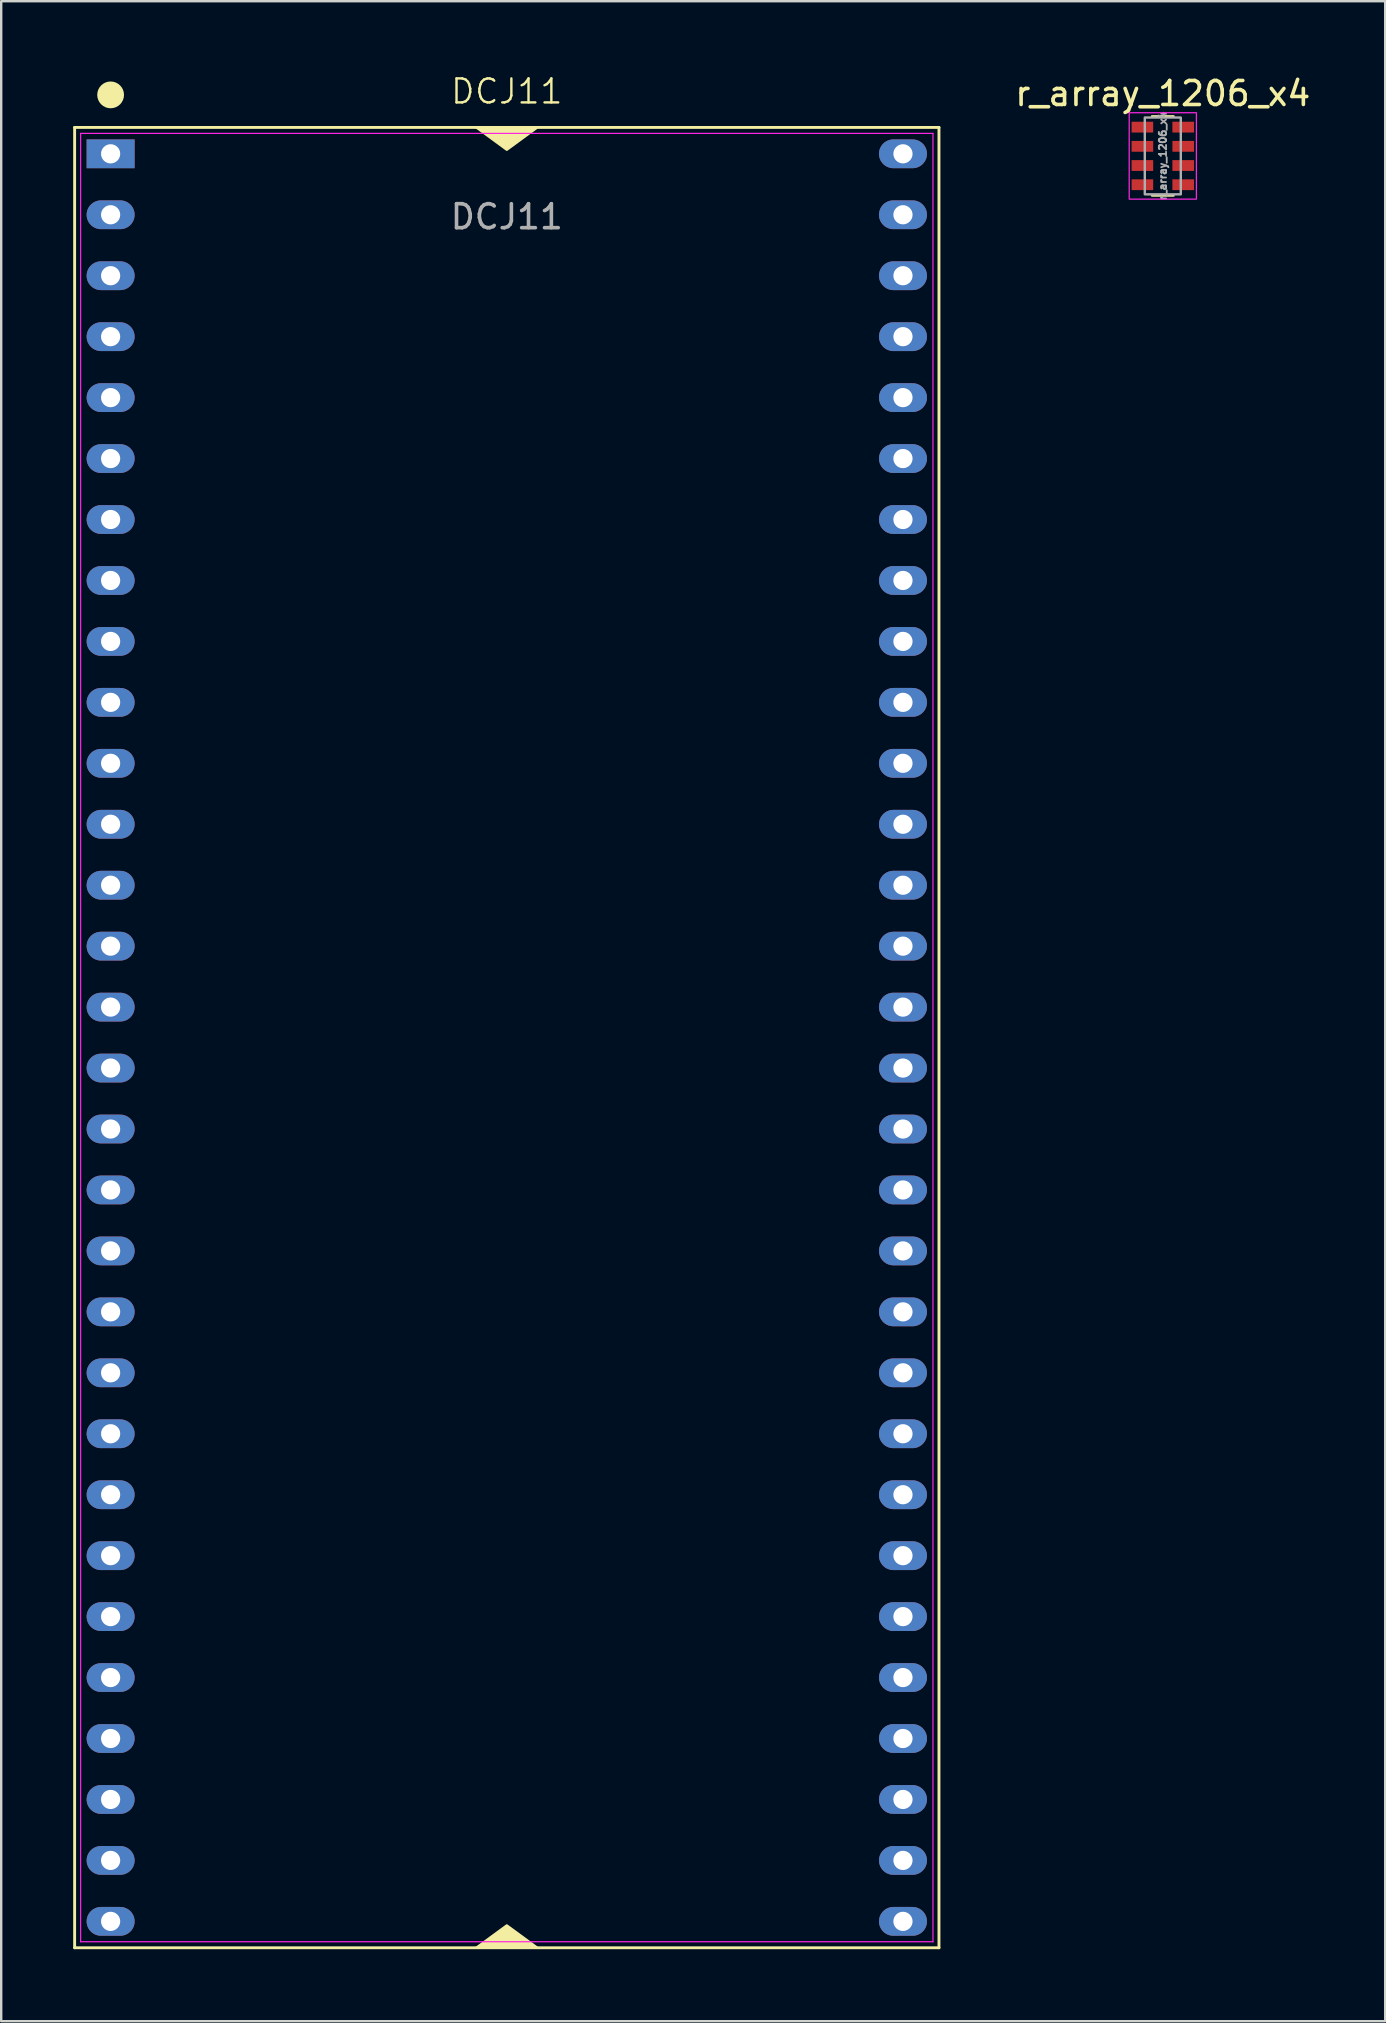
<source format=kicad_pcb>
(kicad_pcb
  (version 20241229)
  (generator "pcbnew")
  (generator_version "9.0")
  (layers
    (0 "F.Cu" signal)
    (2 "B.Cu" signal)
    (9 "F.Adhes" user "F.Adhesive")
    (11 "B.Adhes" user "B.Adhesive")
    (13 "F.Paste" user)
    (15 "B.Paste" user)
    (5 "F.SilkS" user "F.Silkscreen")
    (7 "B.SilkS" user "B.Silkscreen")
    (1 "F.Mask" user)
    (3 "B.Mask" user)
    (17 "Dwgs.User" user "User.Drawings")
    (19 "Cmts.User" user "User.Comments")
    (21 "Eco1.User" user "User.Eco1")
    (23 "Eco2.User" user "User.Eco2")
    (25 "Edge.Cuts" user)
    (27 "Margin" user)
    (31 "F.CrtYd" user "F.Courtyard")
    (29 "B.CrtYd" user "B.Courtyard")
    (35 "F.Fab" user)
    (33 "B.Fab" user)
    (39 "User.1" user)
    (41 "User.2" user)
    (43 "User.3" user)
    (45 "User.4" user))
  (footprint "r_array_1206_x4"
    (layer "F.Cu")
    (at 45.408 3.448)
    (property "Reference" "r_array_1206_x4" (at 0 -2.6 0) (unlocked yes) (layer "F.SilkS") (effects (font (size 1 1) (thickness 0.15))))
    (attr smd)
    (fp_line (start -0.45 -1.65) (end 0.45 -1.65) (stroke (width 0.1) (type default)) (layer "F.SilkS"))
    (fp_line (start -0.45 1.65) (end 0.45 1.65) (stroke (width 0.1) (type default)) (layer "F.SilkS"))
    (fp_rect (start -1.4 -1.8) (end 1.4 1.8) (stroke (width 0.05) (type solid)) (fill no) (layer "F.CrtYd"))
    (fp_rect (start -0.75 -1.6) (end 0.75 1.6) (stroke (width 0.1) (type default)) (fill no) (layer "F.Fab"))
    (fp_text user "${REFERENCE}" (at 0 0 90) (unlocked yes) (layer "F.Fab") (effects (font (size 0.3 0.3) (thickness 0.075) (bold yes))))
    (pad "1" smd rect (at -0.85 -1.2) (size 0.9 0.45) (layers "F.Cu" "F.Mask" "F.Paste"))
    (pad "2" smd rect (at -0.85 -0.4) (size 0.9 0.45) (layers "F.Cu" "F.Mask" "F.Paste"))
    (pad "3" smd rect (at -0.85 0.4) (size 0.9 0.45) (layers "F.Cu" "F.Mask" "F.Paste"))
    (pad "4" smd rect (at -0.85 1.2) (size 0.9 0.45) (layers "F.Cu" "F.Mask" "F.Paste"))
    (pad "5" smd rect (at 0.85 1.2) (size 0.9 0.45) (layers "F.Cu" "F.Mask" "F.Paste"))
    (pad "6" smd rect (at 0.85 0.4) (size 0.9 0.45) (layers "F.Cu" "F.Mask" "F.Paste"))
    (pad "7" smd rect (at 0.85 -0.4) (size 0.9 0.45) (layers "F.Cu" "F.Mask" "F.Paste"))
    (pad "8" smd rect (at 0.85 -1.2) (size 0.9 0.45) (layers "F.Cu" "F.Mask" "F.Paste")))
  (footprint "DCJ11"
    (layer "F.Cu")
    (at 18.07 40.02)
    (property "Reference" "DCJ11" (at 0.000001 -39.26 0) (unlocked yes) (layer "F.SilkS") (effects (font (size 1 1) (thickness 0.1))))
    (attr smd)
    (fp_line (start -18.01 38.1) (end 18.01 38.1) (stroke (width 0.12) (type default)) (layer "F.SilkS"))
    (fp_line (start -18.01 -37.76) (end -18.01 38.1) (stroke (width 0.12) (type default)) (layer "F.SilkS"))
    (fp_line (start 18.01 38.1) (end 18.01 -37.76) (stroke (width 0.12) (type default)) (layer "F.SilkS"))
    (fp_line (start 18.01 -37.76) (end -18.01 -37.76) (stroke (width 0.12) (type default)) (layer "F.SilkS"))
    (fp_circle (center -16.51 -39.116) (end -16.002 -39.116) (stroke (width 0.1) (type solid)) (fill yes) (layer "F.SilkS"))
    (fp_poly (pts (xy -1.27 -37.76) (xy 0.000001 -36.83) (xy 1.27 -37.76)) (stroke (width 0.1) (type solid)) (fill yes) (layer "F.SilkS"))
    (fp_poly (pts (xy 1.27 38.1) (xy -0.000003 37.17) (xy -1.27 38.1)) (stroke (width 0.1) (type solid)) (fill yes) (layer "F.SilkS"))
    (fp_line (start -17.76 -37.51) (end 17.76 -37.51) (stroke (width 0.05) (type default)) (layer "F.CrtYd"))
    (fp_line (start -17.76 37.85) (end -17.76 -37.51) (stroke (width 0.05) (type default)) (layer "F.CrtYd"))
    (fp_line (start 17.76 -37.51) (end 17.76 37.85) (stroke (width 0.05) (type default)) (layer "F.CrtYd"))
    (fp_line (start 17.76 37.85) (end -17.76 37.85) (stroke (width 0.05) (type default)) (layer "F.CrtYd"))
    (fp_text user "${REFERENCE}" (at 0.000001 -34.036 0) (unlocked yes) (layer "F.Fab") (effects (font (size 1 1) (thickness 0.15))))
    (pad "1" thru_hole rect (at -16.51 -36.66 270) (size 1.2 2) (drill 0.8) (layers "*.Cu" "*.Mask"))
    (pad "2" thru_hole oval (at -16.51 -34.12 270) (size 1.2 2) (drill 0.8) (layers "*.Cu" "*.Mask"))
    (pad "3" thru_hole oval (at -16.51 -31.58 270) (size 1.2 2) (drill 0.8) (layers "*.Cu" "*.Mask"))
    (pad "4" thru_hole oval (at -16.51 -29.04 270) (size 1.2 2) (drill 0.8) (layers "*.Cu" "*.Mask"))
    (pad "5" thru_hole oval (at -16.51 -26.5 270) (size 1.2 2) (drill 0.8) (layers "*.Cu" "*.Mask"))
    (pad "6" thru_hole oval (at -16.51 -23.96 270) (size 1.2 2) (drill 0.8) (layers "*.Cu" "*.Mask"))
    (pad "7" thru_hole oval (at -16.51 -21.42 270) (size 1.2 2) (drill 0.8) (layers "*.Cu" "*.Mask"))
    (pad "8" thru_hole oval (at -16.51 -18.88 270) (size 1.2 2) (drill 0.8) (layers "*.Cu" "*.Mask"))
    (pad "9" thru_hole oval (at -16.51 -16.34 270) (size 1.2 2) (drill 0.8) (layers "*.Cu" "*.Mask"))
    (pad "10" thru_hole oval (at -16.51 -13.8 270) (size 1.2 2) (drill 0.8) (layers "*.Cu" "*.Mask"))
    (pad "11" thru_hole oval (at -16.51 -11.26 270) (size 1.2 2) (drill 0.8) (layers "*.Cu" "*.Mask"))
    (pad "12" thru_hole oval (at -16.51 -8.72 270) (size 1.2 2) (drill 0.8) (layers "*.Cu" "*.Mask"))
    (pad "13" thru_hole oval (at -16.51 -6.18 270) (size 1.2 2) (drill 0.8) (layers "*.Cu" "*.Mask"))
    (pad "14" thru_hole oval (at -16.51 -3.64 270) (size 1.2 2) (drill 0.8) (layers "*.Cu" "*.Mask"))
    (pad "15" thru_hole oval (at -16.51 -1.1 270) (size 1.2 2) (drill 0.8) (layers "*.Cu" "*.Mask"))
    (pad "16" thru_hole oval (at -16.51 1.44 270) (size 1.2 2) (drill 0.8) (layers "*.Cu" "*.Mask"))
    (pad "17" thru_hole oval (at -16.51 3.98 270) (size 1.2 2) (drill 0.8) (layers "*.Cu" "*.Mask"))
    (pad "18" thru_hole oval (at -16.51 6.52 270) (size 1.2 2) (drill 0.8) (layers "*.Cu" "*.Mask"))
    (pad "19" thru_hole oval (at -16.51 9.06 270) (size 1.2 2) (drill 0.8) (layers "*.Cu" "*.Mask"))
    (pad "20" thru_hole oval (at -16.51 11.6 270) (size 1.2 2) (drill 0.8) (layers "*.Cu" "*.Mask"))
    (pad "21" thru_hole oval (at -16.51 14.14 270) (size 1.2 2) (drill 0.8) (layers "*.Cu" "*.Mask"))
    (pad "22" thru_hole oval (at -16.51 16.68 270) (size 1.2 2) (drill 0.8) (layers "*.Cu" "*.Mask"))
    (pad "23" thru_hole oval (at -16.51 19.22 270) (size 1.2 2) (drill 0.8) (layers "*.Cu" "*.Mask"))
    (pad "24" thru_hole oval (at -16.51 21.76 270) (size 1.2 2) (drill 0.8) (layers "*.Cu" "*.Mask"))
    (pad "25" thru_hole oval (at -16.51 24.3 270) (size 1.2 2) (drill 0.8) (layers "*.Cu" "*.Mask"))
    (pad "26" thru_hole oval (at -16.51 26.84 270) (size 1.2 2) (drill 0.8) (layers "*.Cu" "*.Mask"))
    (pad "27" thru_hole oval (at -16.51 29.38 270) (size 1.2 2) (drill 0.8) (layers "*.Cu" "*.Mask"))
    (pad "28" thru_hole oval (at -16.51 31.92 270) (size 1.2 2) (drill 0.8) (layers "*.Cu" "*.Mask"))
    (pad "29" thru_hole oval (at -16.51 34.46 270) (size 1.2 2) (drill 0.8) (layers "*.Cu" "*.Mask"))
    (pad "30" thru_hole oval (at -16.51 37 270) (size 1.2 2) (drill 0.8) (layers "*.Cu" "*.Mask"))
    (pad "31" thru_hole oval (at 16.51 37 270) (size 1.2 2) (drill 0.8) (layers "*.Cu" "*.Mask"))
    (pad "32" thru_hole oval (at 16.51 34.46 270) (size 1.2 2) (drill 0.8) (layers "*.Cu" "*.Mask"))
    (pad "33" thru_hole oval (at 16.51 31.92 270) (size 1.2 2) (drill 0.8) (layers "*.Cu" "*.Mask"))
    (pad "34" thru_hole oval (at 16.51 29.38 270) (size 1.2 2) (drill 0.8) (layers "*.Cu" "*.Mask"))
    (pad "35" thru_hole oval (at 16.51 26.84 270) (size 1.2 2) (drill 0.8) (layers "*.Cu" "*.Mask"))
    (pad "36" thru_hole oval (at 16.51 24.3 270) (size 1.2 2) (drill 0.8) (layers "*.Cu" "*.Mask"))
    (pad "37" thru_hole oval (at 16.51 21.76 270) (size 1.2 2) (drill 0.8) (layers "*.Cu" "*.Mask"))
    (pad "38" thru_hole oval (at 16.51 19.22 270) (size 1.2 2) (drill 0.8) (layers "*.Cu" "*.Mask"))
    (pad "39" thru_hole oval (at 16.51 16.68 270) (size 1.2 2) (drill 0.8) (layers "*.Cu" "*.Mask"))
    (pad "40" thru_hole oval (at 16.51 14.14 270) (size 1.2 2) (drill 0.8) (layers "*.Cu" "*.Mask"))
    (pad "41" thru_hole oval (at 16.51 11.6 270) (size 1.2 2) (drill 0.8) (layers "*.Cu" "*.Mask"))
    (pad "42" thru_hole oval (at 16.51 9.06 270) (size 1.2 2) (drill 0.8) (layers "*.Cu" "*.Mask"))
    (pad "43" thru_hole oval (at 16.51 6.52 270) (size 1.2 2) (drill 0.8) (layers "*.Cu" "*.Mask"))
    (pad "44" thru_hole oval (at 16.51 3.98 270) (size 1.2 2) (drill 0.8) (layers "*.Cu" "*.Mask"))
    (pad "45" thru_hole oval (at 16.51 1.44 270) (size 1.2 2) (drill 0.8) (layers "*.Cu" "*.Mask"))
    (pad "46" thru_hole oval (at 16.51 -1.1 270) (size 1.2 2) (drill 0.8) (layers "*.Cu" "*.Mask"))
    (pad "47" thru_hole oval (at 16.51 -3.64 270) (size 1.2 2) (drill 0.8) (layers "*.Cu" "*.Mask"))
    (pad "48" thru_hole oval (at 16.51 -6.18 270) (size 1.2 2) (drill 0.8) (layers "*.Cu" "*.Mask"))
    (pad "49" thru_hole oval (at 16.51 -8.72 270) (size 1.2 2) (drill 0.8) (layers "*.Cu" "*.Mask"))
    (pad "50" thru_hole oval (at 16.51 -11.26 270) (size 1.2 2) (drill 0.8) (layers "*.Cu" "*.Mask"))
    (pad "51" thru_hole oval (at 16.51 -13.8 270) (size 1.2 2) (drill 0.8) (layers "*.Cu" "*.Mask"))
    (pad "52" thru_hole oval (at 16.51 -16.34 270) (size 1.2 2) (drill 0.8) (layers "*.Cu" "*.Mask"))
    (pad "53" thru_hole oval (at 16.51 -18.88 270) (size 1.2 2) (drill 0.8) (layers "*.Cu" "*.Mask"))
    (pad "54" thru_hole oval (at 16.51 -21.42 270) (size 1.2 2) (drill 0.8) (layers "*.Cu" "*.Mask"))
    (pad "55" thru_hole oval (at 16.51 -23.96 270) (size 1.2 2) (drill 0.8) (layers "*.Cu" "*.Mask"))
    (pad "56" thru_hole oval (at 16.51 -26.5 270) (size 1.2 2) (drill 0.8) (layers "*.Cu" "*.Mask"))
    (pad "57" thru_hole oval (at 16.51 -29.04 270) (size 1.2 2) (drill 0.8) (layers "*.Cu" "*.Mask"))
    (pad "58" thru_hole oval (at 16.51 -31.58 270) (size 1.2 2) (drill 0.8) (layers "*.Cu" "*.Mask"))
    (pad "59" thru_hole oval (at 16.51 -34.12 270) (size 1.2 2) (drill 0.8) (layers "*.Cu" "*.Mask"))
    (pad "60" thru_hole oval (at 16.51 -36.66 270) (size 1.2 2) (drill 0.8) (layers "*.Cu" "*.Mask")))
  (gr_rect
    (start -3 -3)
    (end 54.676 81.18)
    (stroke (width 0.1) (type default))
    (fill no)
    (layer "Edge.Cuts")))
</source>
